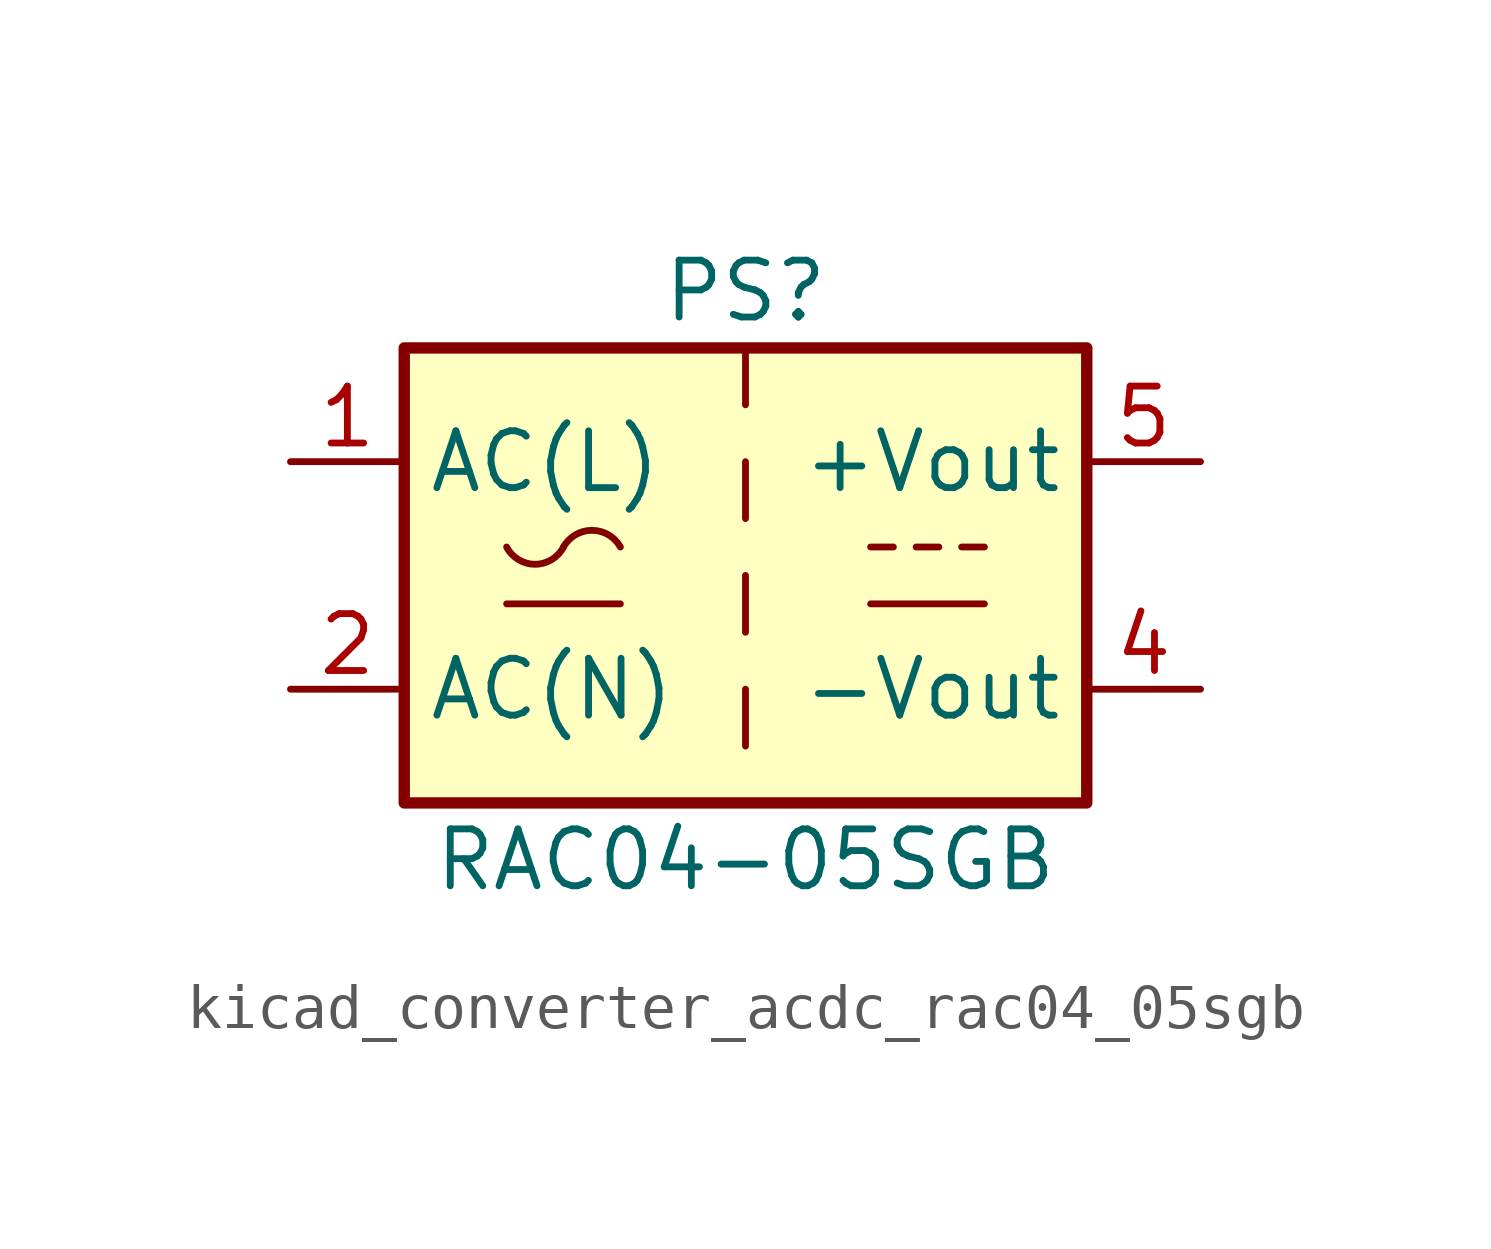
<source format=kicad_sym>
(kicad_symbol_lib
  (version 20220914)
  (generator kicad_symbol_editor)
  (symbol "kicad_converter_acdc_rac04_05sgb"
    (property "Reference" "PS"
      (at 0 6.35 0)
      (effects (font (size 1.27 1.27))))
    (property "Value" "RAC04-05SGB"
      (at 0 -6.35 0)
      (effects (font (size 1.27 1.27))))
    (symbol "kicad_converter_acdc_rac04_05sgb_1_1"
      (rectangle (start -7.62 5.08) (end 7.62 -5.08) (stroke (width 0.254) (type default)) (fill (type background)))
      (arc (start -5.334 0.635) (mid -4.699 0.2495) (end -4.064 0.635) (stroke (width 0) (type default)) (fill (type none)))
      (arc (start -2.794 0.635) (mid -3.429 1.0072) (end -4.064 0.635) (stroke (width 0) (type default)) (fill (type none)))
      (polyline (pts (xy -5.334 -0.635) (xy -2.794 -0.635)) (stroke (width 0) (type default)) (fill (type none)))
      (polyline (pts (xy 0 -2.54) (xy 0 -3.81)) (stroke (width 0) (type default)) (fill (type none)))
      (polyline (pts (xy 0 0) (xy 0 -1.27)) (stroke (width 0) (type default)) (fill (type none)))
      (polyline (pts (xy 0 2.54) (xy 0 1.27)) (stroke (width 0) (type default)) (fill (type none)))
      (polyline (pts (xy 0 5.08) (xy 0 3.81)) (stroke (width 0) (type default)) (fill (type none)))
      (polyline (pts (xy 2.794 -0.635) (xy 5.334 -0.635)) (stroke (width 0) (type default)) (fill (type none)))
      (polyline (pts (xy 2.794 0.635) (xy 3.302 0.635)) (stroke (width 0) (type default)) (fill (type none)))
      (polyline (pts (xy 3.81 0.635) (xy 4.318 0.635)) (stroke (width 0) (type default)) (fill (type none)))
      (polyline (pts (xy 4.826 0.635) (xy 5.334 0.635)) (stroke (width 0) (type default)) (fill (type none)))
      (pin power_in line (at -10.16 2.54 0) (length 2.54) (name "AC(L)" (effects (font (size 1.27 1.27)))) (number "1" (effects (font (size 1.27 1.27)))))
      (pin power_in line (at -10.16 -2.54 0) (length 2.54) (name "AC(N)" (effects (font (size 1.27 1.27)))) (number "2" (effects (font (size 1.27 1.27)))))
      (pin no_connect line (at 7.62 0 180) (length 2.54) hide (name "NC" (effects (font (size 1.27 1.27)))) (number "3" (effects (font (size 1.27 1.27)))))
      (pin power_out line (at 10.16 -2.54 180) (length 2.54) (name "-Vout" (effects (font (size 1.27 1.27)))) (number "4" (effects (font (size 1.27 1.27)))))
      (pin power_out line (at 10.16 2.54 180) (length 2.54) (name "+Vout" (effects (font (size 1.27 1.27)))) (number "5" (effects (font (size 1.27 1.27))))))))
</source>
